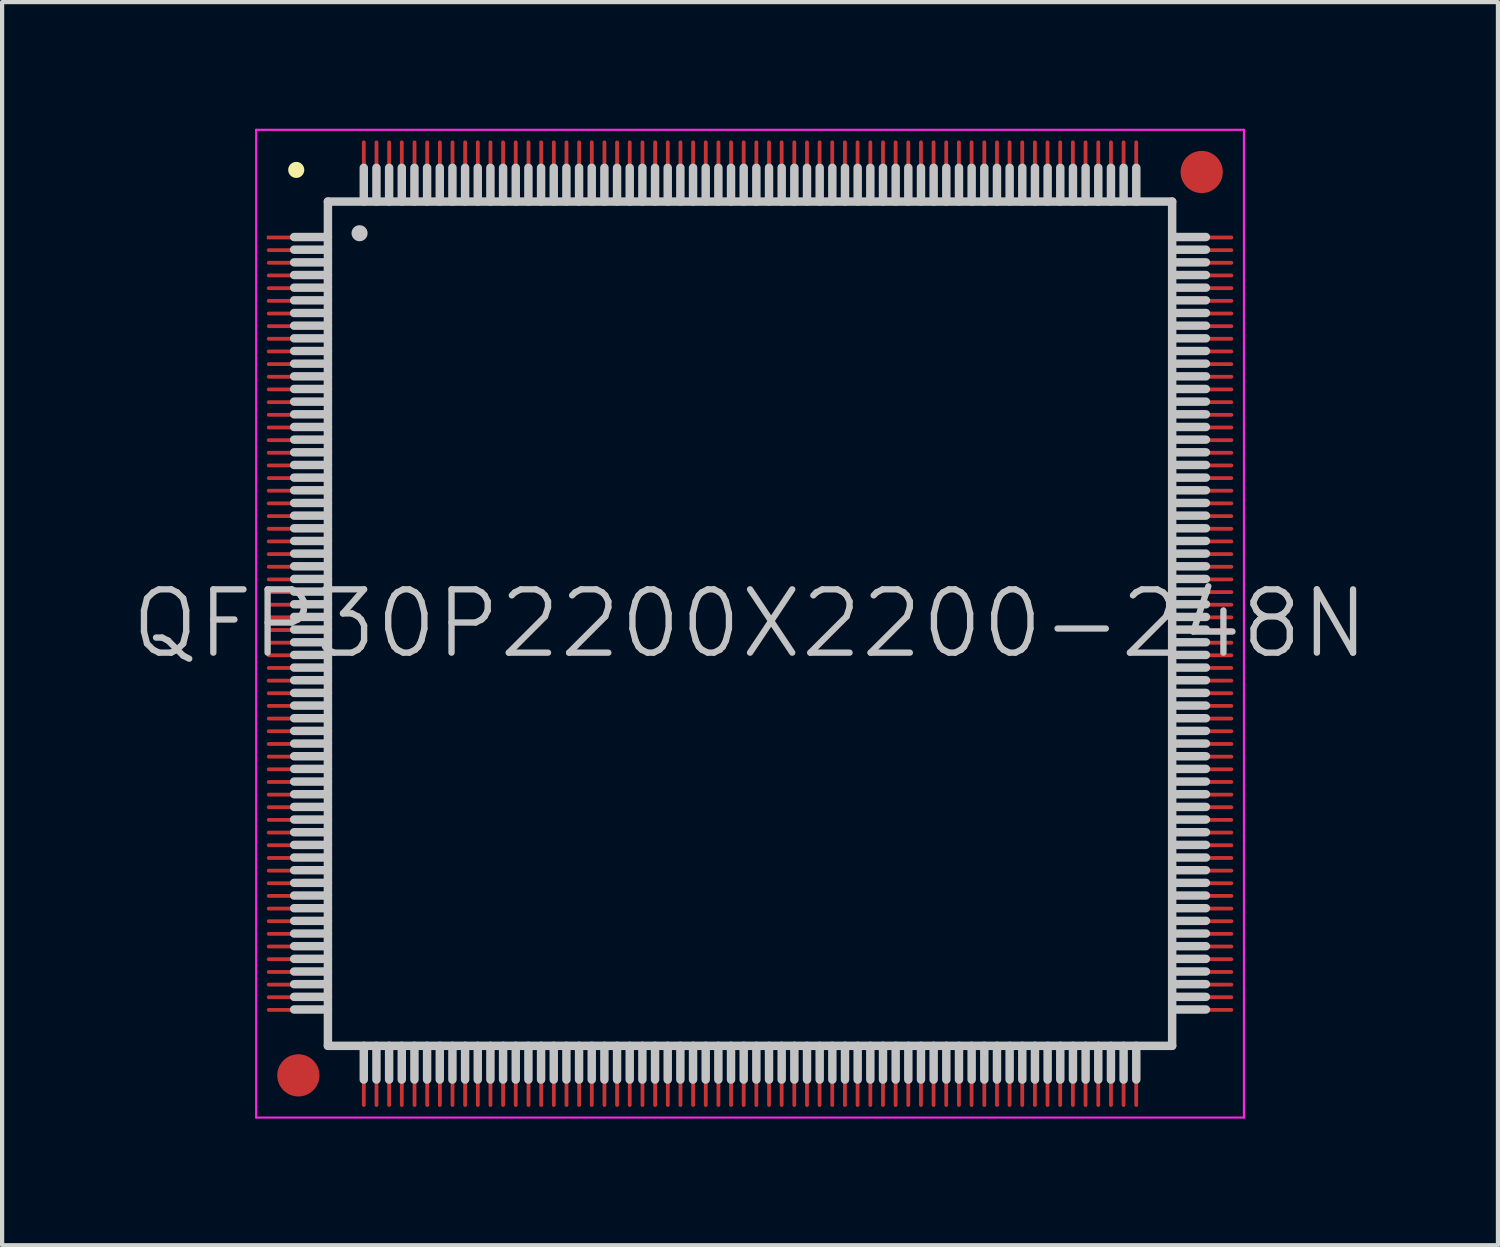
<source format=kicad_pcb>
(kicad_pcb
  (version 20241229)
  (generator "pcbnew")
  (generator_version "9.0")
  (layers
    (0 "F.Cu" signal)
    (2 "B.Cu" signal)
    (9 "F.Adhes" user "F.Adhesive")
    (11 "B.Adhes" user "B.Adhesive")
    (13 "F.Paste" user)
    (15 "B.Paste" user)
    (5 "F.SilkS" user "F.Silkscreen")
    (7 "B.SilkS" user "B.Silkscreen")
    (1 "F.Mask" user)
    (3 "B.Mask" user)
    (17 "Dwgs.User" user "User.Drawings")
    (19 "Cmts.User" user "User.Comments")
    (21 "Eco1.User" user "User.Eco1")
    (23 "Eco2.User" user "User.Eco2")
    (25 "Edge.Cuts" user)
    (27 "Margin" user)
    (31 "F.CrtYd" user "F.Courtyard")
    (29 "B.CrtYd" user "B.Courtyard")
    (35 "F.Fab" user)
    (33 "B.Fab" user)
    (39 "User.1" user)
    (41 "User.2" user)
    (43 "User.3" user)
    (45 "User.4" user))
  (footprint "QFP30P2200X2200-248N"
    (layer "F.Cu")
    (at 14.718 11.725)
    (property "Reference" "QFP30P2200X2200-248N" (at 0 0 0) (layer "Dwgs.User") (effects (font (size 1.5 1.5) (thickness 0.15))))
    (attr smd)
    (fp_line (start -10.75 -10.75) (end -10.75 -10.75) (stroke (width 0.381) (type solid)) (layer "F.SilkS"))
    (fp_line (start -10 -10) (end -10 10) (stroke (width 0.2) (type solid)) (layer "Dwgs.User"))
    (fp_line (start -10 -10) (end 10 -10) (stroke (width 0.2) (type solid)) (layer "Dwgs.User"))
    (fp_line (start -10 -9.16) (end -10.8 -9.16) (stroke (width 0.2) (type solid)) (layer "Dwgs.User"))
    (fp_line (start -10 -8.86) (end -10.8 -8.86) (stroke (width 0.2) (type solid)) (layer "Dwgs.User"))
    (fp_line (start -10 -8.56) (end -10.8 -8.56) (stroke (width 0.2) (type solid)) (layer "Dwgs.User"))
    (fp_line (start -10 -8.26) (end -10.8 -8.26) (stroke (width 0.2) (type solid)) (layer "Dwgs.User"))
    (fp_line (start -10 -7.96) (end -10.8 -7.96) (stroke (width 0.2) (type solid)) (layer "Dwgs.User"))
    (fp_line (start -10 -7.66) (end -10.8 -7.66) (stroke (width 0.2) (type solid)) (layer "Dwgs.User"))
    (fp_line (start -10 -7.36) (end -10.8 -7.36) (stroke (width 0.2) (type solid)) (layer "Dwgs.User"))
    (fp_line (start -10 -7.06) (end -10.8 -7.06) (stroke (width 0.2) (type solid)) (layer "Dwgs.User"))
    (fp_line (start -10 -6.76) (end -10.8 -6.76) (stroke (width 0.2) (type solid)) (layer "Dwgs.User"))
    (fp_line (start -10 -6.46) (end -10.8 -6.46) (stroke (width 0.2) (type solid)) (layer "Dwgs.User"))
    (fp_line (start -10 -6.16) (end -10.8 -6.16) (stroke (width 0.2) (type solid)) (layer "Dwgs.User"))
    (fp_line (start -10 -5.86) (end -10.8 -5.86) (stroke (width 0.2) (type solid)) (layer "Dwgs.User"))
    (fp_line (start -10 -5.56) (end -10.8 -5.56) (stroke (width 0.2) (type solid)) (layer "Dwgs.User"))
    (fp_line (start -10 -5.26) (end -10.8 -5.26) (stroke (width 0.2) (type solid)) (layer "Dwgs.User"))
    (fp_line (start -10 -4.96) (end -10.8 -4.96) (stroke (width 0.2) (type solid)) (layer "Dwgs.User"))
    (fp_line (start -10 -4.66) (end -10.8 -4.66) (stroke (width 0.2) (type solid)) (layer "Dwgs.User"))
    (fp_line (start -10 -4.36) (end -10.8 -4.36) (stroke (width 0.2) (type solid)) (layer "Dwgs.User"))
    (fp_line (start -10 -4.06) (end -10.8 -4.06) (stroke (width 0.2) (type solid)) (layer "Dwgs.User"))
    (fp_line (start -10 -3.76) (end -10.8 -3.76) (stroke (width 0.2) (type solid)) (layer "Dwgs.User"))
    (fp_line (start -10 -3.46) (end -10.8 -3.46) (stroke (width 0.2) (type solid)) (layer "Dwgs.User"))
    (fp_line (start -10 -3.16) (end -10.8 -3.16) (stroke (width 0.2) (type solid)) (layer "Dwgs.User"))
    (fp_line (start -10 -2.86) (end -10.8 -2.86) (stroke (width 0.2) (type solid)) (layer "Dwgs.User"))
    (fp_line (start -10 -2.56) (end -10.8 -2.56) (stroke (width 0.2) (type solid)) (layer "Dwgs.User"))
    (fp_line (start -10 -2.26) (end -10.8 -2.26) (stroke (width 0.2) (type solid)) (layer "Dwgs.User"))
    (fp_line (start -10 -1.96) (end -10.8 -1.96) (stroke (width 0.2) (type solid)) (layer "Dwgs.User"))
    (fp_line (start -10 -1.66) (end -10.8 -1.66) (stroke (width 0.2) (type solid)) (layer "Dwgs.User"))
    (fp_line (start -10 -1.36) (end -10.8 -1.36) (stroke (width 0.2) (type solid)) (layer "Dwgs.User"))
    (fp_line (start -10 -1.06) (end -10.8 -1.06) (stroke (width 0.2) (type solid)) (layer "Dwgs.User"))
    (fp_line (start -10 -0.76) (end -10.8 -0.76) (stroke (width 0.2) (type solid)) (layer "Dwgs.User"))
    (fp_line (start -10 -0.46) (end -10.8 -0.46) (stroke (width 0.2) (type solid)) (layer "Dwgs.User"))
    (fp_line (start -10 -0.16) (end -10.8 -0.16) (stroke (width 0.2) (type solid)) (layer "Dwgs.User"))
    (fp_line (start -10 0.14) (end -10.8 0.14) (stroke (width 0.2) (type solid)) (layer "Dwgs.User"))
    (fp_line (start -10 0.44) (end -10.8 0.44) (stroke (width 0.2) (type solid)) (layer "Dwgs.User"))
    (fp_line (start -10 0.74) (end -10.8 0.74) (stroke (width 0.2) (type solid)) (layer "Dwgs.User"))
    (fp_line (start -10 1.04) (end -10.8 1.04) (stroke (width 0.2) (type solid)) (layer "Dwgs.User"))
    (fp_line (start -10 1.34) (end -10.8 1.34) (stroke (width 0.2) (type solid)) (layer "Dwgs.User"))
    (fp_line (start -10 1.64) (end -10.8 1.64) (stroke (width 0.2) (type solid)) (layer "Dwgs.User"))
    (fp_line (start -10 1.94) (end -10.8 1.94) (stroke (width 0.2) (type solid)) (layer "Dwgs.User"))
    (fp_line (start -10 2.24) (end -10.8 2.24) (stroke (width 0.2) (type solid)) (layer "Dwgs.User"))
    (fp_line (start -10 2.54) (end -10.8 2.54) (stroke (width 0.2) (type solid)) (layer "Dwgs.User"))
    (fp_line (start -10 2.84) (end -10.8 2.84) (stroke (width 0.2) (type solid)) (layer "Dwgs.User"))
    (fp_line (start -10 3.14) (end -10.8 3.14) (stroke (width 0.2) (type solid)) (layer "Dwgs.User"))
    (fp_line (start -10 3.44) (end -10.8 3.44) (stroke (width 0.2) (type solid)) (layer "Dwgs.User"))
    (fp_line (start -10 3.74) (end -10.8 3.74) (stroke (width 0.2) (type solid)) (layer "Dwgs.User"))
    (fp_line (start -10 4.04) (end -10.8 4.04) (stroke (width 0.2) (type solid)) (layer "Dwgs.User"))
    (fp_line (start -10 4.34) (end -10.8 4.34) (stroke (width 0.2) (type solid)) (layer "Dwgs.User"))
    (fp_line (start -10 4.64) (end -10.8 4.64) (stroke (width 0.2) (type solid)) (layer "Dwgs.User"))
    (fp_line (start -10 4.94) (end -10.8 4.94) (stroke (width 0.2) (type solid)) (layer "Dwgs.User"))
    (fp_line (start -10 5.24) (end -10.8 5.24) (stroke (width 0.2) (type solid)) (layer "Dwgs.User"))
    (fp_line (start -10 5.54) (end -10.8 5.54) (stroke (width 0.2) (type solid)) (layer "Dwgs.User"))
    (fp_line (start -10 5.84) (end -10.8 5.84) (stroke (width 0.2) (type solid)) (layer "Dwgs.User"))
    (fp_line (start -10 6.14) (end -10.8 6.14) (stroke (width 0.2) (type solid)) (layer "Dwgs.User"))
    (fp_line (start -10 6.44) (end -10.8 6.44) (stroke (width 0.2) (type solid)) (layer "Dwgs.User"))
    (fp_line (start -10 6.74) (end -10.8 6.74) (stroke (width 0.2) (type solid)) (layer "Dwgs.User"))
    (fp_line (start -10 7.04) (end -10.8 7.04) (stroke (width 0.2) (type solid)) (layer "Dwgs.User"))
    (fp_line (start -10 7.34) (end -10.8 7.34) (stroke (width 0.2) (type solid)) (layer "Dwgs.User"))
    (fp_line (start -10 7.64) (end -10.8 7.64) (stroke (width 0.2) (type solid)) (layer "Dwgs.User"))
    (fp_line (start -10 7.94) (end -10.8 7.94) (stroke (width 0.2) (type solid)) (layer "Dwgs.User"))
    (fp_line (start -10 8.24) (end -10.8 8.24) (stroke (width 0.2) (type solid)) (layer "Dwgs.User"))
    (fp_line (start -10 8.54) (end -10.8 8.54) (stroke (width 0.2) (type solid)) (layer "Dwgs.User"))
    (fp_line (start -10 8.84) (end -10.8 8.84) (stroke (width 0.2) (type solid)) (layer "Dwgs.User"))
    (fp_line (start -10 9.14) (end -10.8 9.14) (stroke (width 0.2) (type solid)) (layer "Dwgs.User"))
    (fp_line (start -10 10) (end 10 10) (stroke (width 0.2) (type solid)) (layer "Dwgs.User"))
    (fp_line (start -9.25 -9.25) (end -9.25 -9.25) (stroke (width 0.381) (type solid)) (layer "Dwgs.User"))
    (fp_line (start -9.15 -10) (end -9.15 -10.8) (stroke (width 0.2) (type solid)) (layer "Dwgs.User"))
    (fp_line (start -9.15 10.8) (end -9.15 10) (stroke (width 0.2) (type solid)) (layer "Dwgs.User"))
    (fp_line (start -8.85 -10) (end -8.85 -10.8) (stroke (width 0.2) (type solid)) (layer "Dwgs.User"))
    (fp_line (start -8.85 10.8) (end -8.85 10) (stroke (width 0.2) (type solid)) (layer "Dwgs.User"))
    (fp_line (start -8.55 -10) (end -8.55 -10.8) (stroke (width 0.2) (type solid)) (layer "Dwgs.User"))
    (fp_line (start -8.55 10.8) (end -8.55 10) (stroke (width 0.2) (type solid)) (layer "Dwgs.User"))
    (fp_line (start -8.25 -10) (end -8.25 -10.8) (stroke (width 0.2) (type solid)) (layer "Dwgs.User"))
    (fp_line (start -8.25 10.8) (end -8.25 10) (stroke (width 0.2) (type solid)) (layer "Dwgs.User"))
    (fp_line (start -7.95 -10) (end -7.95 -10.8) (stroke (width 0.2) (type solid)) (layer "Dwgs.User"))
    (fp_line (start -7.95 10.8) (end -7.95 10) (stroke (width 0.2) (type solid)) (layer "Dwgs.User"))
    (fp_line (start -7.65 -10) (end -7.65 -10.8) (stroke (width 0.2) (type solid)) (layer "Dwgs.User"))
    (fp_line (start -7.65 10.8) (end -7.65 10) (stroke (width 0.2) (type solid)) (layer "Dwgs.User"))
    (fp_line (start -7.35 -10) (end -7.35 -10.8) (stroke (width 0.2) (type solid)) (layer "Dwgs.User"))
    (fp_line (start -7.35 10.8) (end -7.35 10) (stroke (width 0.2) (type solid)) (layer "Dwgs.User"))
    (fp_line (start -7.05 -10) (end -7.05 -10.8) (stroke (width 0.2) (type solid)) (layer "Dwgs.User"))
    (fp_line (start -7.05 10.8) (end -7.05 10) (stroke (width 0.2) (type solid)) (layer "Dwgs.User"))
    (fp_line (start -6.75 -10) (end -6.75 -10.8) (stroke (width 0.2) (type solid)) (layer "Dwgs.User"))
    (fp_line (start -6.75 10.8) (end -6.75 10) (stroke (width 0.2) (type solid)) (layer "Dwgs.User"))
    (fp_line (start -6.45 -10) (end -6.45 -10.8) (stroke (width 0.2) (type solid)) (layer "Dwgs.User"))
    (fp_line (start -6.45 10.8) (end -6.45 10) (stroke (width 0.2) (type solid)) (layer "Dwgs.User"))
    (fp_line (start -6.15 -10) (end -6.15 -10.8) (stroke (width 0.2) (type solid)) (layer "Dwgs.User"))
    (fp_line (start -6.15 10.8) (end -6.15 10) (stroke (width 0.2) (type solid)) (layer "Dwgs.User"))
    (fp_line (start -5.85 -10) (end -5.85 -10.8) (stroke (width 0.2) (type solid)) (layer "Dwgs.User"))
    (fp_line (start -5.85 10.8) (end -5.85 10) (stroke (width 0.2) (type solid)) (layer "Dwgs.User"))
    (fp_line (start -5.55 -10) (end -5.55 -10.8) (stroke (width 0.2) (type solid)) (layer "Dwgs.User"))
    (fp_line (start -5.55 10.8) (end -5.55 10) (stroke (width 0.2) (type solid)) (layer "Dwgs.User"))
    (fp_line (start -5.25 -10) (end -5.25 -10.8) (stroke (width 0.2) (type solid)) (layer "Dwgs.User"))
    (fp_line (start -5.25 10.8) (end -5.25 10) (stroke (width 0.2) (type solid)) (layer "Dwgs.User"))
    (fp_line (start -4.95 -10) (end -4.95 -10.8) (stroke (width 0.2) (type solid)) (layer "Dwgs.User"))
    (fp_line (start -4.95 10.8) (end -4.95 10) (stroke (width 0.2) (type solid)) (layer "Dwgs.User"))
    (fp_line (start -4.65 -10) (end -4.65 -10.8) (stroke (width 0.2) (type solid)) (layer "Dwgs.User"))
    (fp_line (start -4.65 10.8) (end -4.65 10) (stroke (width 0.2) (type solid)) (layer "Dwgs.User"))
    (fp_line (start -4.35 -10) (end -4.35 -10.8) (stroke (width 0.2) (type solid)) (layer "Dwgs.User"))
    (fp_line (start -4.35 10.8) (end -4.35 10) (stroke (width 0.2) (type solid)) (layer "Dwgs.User"))
    (fp_line (start -4.05 -10) (end -4.05 -10.8) (stroke (width 0.2) (type solid)) (layer "Dwgs.User"))
    (fp_line (start -4.05 10.8) (end -4.05 10) (stroke (width 0.2) (type solid)) (layer "Dwgs.User"))
    (fp_line (start -3.75 -10) (end -3.75 -10.8) (stroke (width 0.2) (type solid)) (layer "Dwgs.User"))
    (fp_line (start -3.75 10.8) (end -3.75 10) (stroke (width 0.2) (type solid)) (layer "Dwgs.User"))
    (fp_line (start -3.45 -10) (end -3.45 -10.8) (stroke (width 0.2) (type solid)) (layer "Dwgs.User"))
    (fp_line (start -3.45 10.8) (end -3.45 10) (stroke (width 0.2) (type solid)) (layer "Dwgs.User"))
    (fp_line (start -3.15 -10) (end -3.15 -10.8) (stroke (width 0.2) (type solid)) (layer "Dwgs.User"))
    (fp_line (start -3.15 10.8) (end -3.15 10) (stroke (width 0.2) (type solid)) (layer "Dwgs.User"))
    (fp_line (start -2.85 -10) (end -2.85 -10.8) (stroke (width 0.2) (type solid)) (layer "Dwgs.User"))
    (fp_line (start -2.85 10.8) (end -2.85 10) (stroke (width 0.2) (type solid)) (layer "Dwgs.User"))
    (fp_line (start -2.55 -10) (end -2.55 -10.8) (stroke (width 0.2) (type solid)) (layer "Dwgs.User"))
    (fp_line (start -2.55 10.8) (end -2.55 10) (stroke (width 0.2) (type solid)) (layer "Dwgs.User"))
    (fp_line (start -2.25 -10) (end -2.25 -10.8) (stroke (width 0.2) (type solid)) (layer "Dwgs.User"))
    (fp_line (start -2.25 10.8) (end -2.25 10) (stroke (width 0.2) (type solid)) (layer "Dwgs.User"))
    (fp_line (start -1.95 -10) (end -1.95 -10.8) (stroke (width 0.2) (type solid)) (layer "Dwgs.User"))
    (fp_line (start -1.95 10.8) (end -1.95 10) (stroke (width 0.2) (type solid)) (layer "Dwgs.User"))
    (fp_line (start -1.65 -10) (end -1.65 -10.8) (stroke (width 0.2) (type solid)) (layer "Dwgs.User"))
    (fp_line (start -1.65 10.8) (end -1.65 10) (stroke (width 0.2) (type solid)) (layer "Dwgs.User"))
    (fp_line (start -1.35 -10) (end -1.35 -10.8) (stroke (width 0.2) (type solid)) (layer "Dwgs.User"))
    (fp_line (start -1.35 10.8) (end -1.35 10) (stroke (width 0.2) (type solid)) (layer "Dwgs.User"))
    (fp_line (start -1.05 -10) (end -1.05 -10.8) (stroke (width 0.2) (type solid)) (layer "Dwgs.User"))
    (fp_line (start -1.05 10.8) (end -1.05 10) (stroke (width 0.2) (type solid)) (layer "Dwgs.User"))
    (fp_line (start -0.75 -10) (end -0.75 -10.8) (stroke (width 0.2) (type solid)) (layer "Dwgs.User"))
    (fp_line (start -0.75 10.8) (end -0.75 10) (stroke (width 0.2) (type solid)) (layer "Dwgs.User"))
    (fp_line (start -0.45 -10) (end -0.45 -10.8) (stroke (width 0.2) (type solid)) (layer "Dwgs.User"))
    (fp_line (start -0.45 10.8) (end -0.45 10) (stroke (width 0.2) (type solid)) (layer "Dwgs.User"))
    (fp_line (start -0.15 -10) (end -0.15 -10.8) (stroke (width 0.2) (type solid)) (layer "Dwgs.User"))
    (fp_line (start -0.15 10.8) (end -0.15 10) (stroke (width 0.2) (type solid)) (layer "Dwgs.User"))
    (fp_line (start 0.15 -10) (end 0.15 -10.8) (stroke (width 0.2) (type solid)) (layer "Dwgs.User"))
    (fp_line (start 0.15 10.8) (end 0.15 10) (stroke (width 0.2) (type solid)) (layer "Dwgs.User"))
    (fp_line (start 0.45 -10) (end 0.45 -10.8) (stroke (width 0.2) (type solid)) (layer "Dwgs.User"))
    (fp_line (start 0.45 10.8) (end 0.45 10) (stroke (width 0.2) (type solid)) (layer "Dwgs.User"))
    (fp_line (start 0.75 -10) (end 0.75 -10.8) (stroke (width 0.2) (type solid)) (layer "Dwgs.User"))
    (fp_line (start 0.75 10.8) (end 0.75 10) (stroke (width 0.2) (type solid)) (layer "Dwgs.User"))
    (fp_line (start 1.05 -10) (end 1.05 -10.8) (stroke (width 0.2) (type solid)) (layer "Dwgs.User"))
    (fp_line (start 1.05 10.8) (end 1.05 10) (stroke (width 0.2) (type solid)) (layer "Dwgs.User"))
    (fp_line (start 1.35 -10) (end 1.35 -10.8) (stroke (width 0.2) (type solid)) (layer "Dwgs.User"))
    (fp_line (start 1.35 10.8) (end 1.35 10) (stroke (width 0.2) (type solid)) (layer "Dwgs.User"))
    (fp_line (start 1.65 -10) (end 1.65 -10.8) (stroke (width 0.2) (type solid)) (layer "Dwgs.User"))
    (fp_line (start 1.65 10.8) (end 1.65 10) (stroke (width 0.2) (type solid)) (layer "Dwgs.User"))
    (fp_line (start 1.95 -10) (end 1.95 -10.8) (stroke (width 0.2) (type solid)) (layer "Dwgs.User"))
    (fp_line (start 1.95 10.8) (end 1.95 10) (stroke (width 0.2) (type solid)) (layer "Dwgs.User"))
    (fp_line (start 2.25 -10) (end 2.25 -10.8) (stroke (width 0.2) (type solid)) (layer "Dwgs.User"))
    (fp_line (start 2.25 10.8) (end 2.25 10) (stroke (width 0.2) (type solid)) (layer "Dwgs.User"))
    (fp_line (start 2.55 -10) (end 2.55 -10.8) (stroke (width 0.2) (type solid)) (layer "Dwgs.User"))
    (fp_line (start 2.55 10.8) (end 2.55 10) (stroke (width 0.2) (type solid)) (layer "Dwgs.User"))
    (fp_line (start 2.85 -10) (end 2.85 -10.8) (stroke (width 0.2) (type solid)) (layer "Dwgs.User"))
    (fp_line (start 2.85 10.8) (end 2.85 10) (stroke (width 0.2) (type solid)) (layer "Dwgs.User"))
    (fp_line (start 3.15 -10) (end 3.15 -10.8) (stroke (width 0.2) (type solid)) (layer "Dwgs.User"))
    (fp_line (start 3.15 10.8) (end 3.15 10) (stroke (width 0.2) (type solid)) (layer "Dwgs.User"))
    (fp_line (start 3.45 -10) (end 3.45 -10.8) (stroke (width 0.2) (type solid)) (layer "Dwgs.User"))
    (fp_line (start 3.45 10.8) (end 3.45 10) (stroke (width 0.2) (type solid)) (layer "Dwgs.User"))
    (fp_line (start 3.75 -10) (end 3.75 -10.8) (stroke (width 0.2) (type solid)) (layer "Dwgs.User"))
    (fp_line (start 3.75 10.8) (end 3.75 10) (stroke (width 0.2) (type solid)) (layer "Dwgs.User"))
    (fp_line (start 4.05 -10) (end 4.05 -10.8) (stroke (width 0.2) (type solid)) (layer "Dwgs.User"))
    (fp_line (start 4.05 10.8) (end 4.05 10) (stroke (width 0.2) (type solid)) (layer "Dwgs.User"))
    (fp_line (start 4.35 -10) (end 4.35 -10.8) (stroke (width 0.2) (type solid)) (layer "Dwgs.User"))
    (fp_line (start 4.35 10.8) (end 4.35 10) (stroke (width 0.2) (type solid)) (layer "Dwgs.User"))
    (fp_line (start 4.65 -10) (end 4.65 -10.8) (stroke (width 0.2) (type solid)) (layer "Dwgs.User"))
    (fp_line (start 4.65 10.8) (end 4.65 10) (stroke (width 0.2) (type solid)) (layer "Dwgs.User"))
    (fp_line (start 4.95 -10) (end 4.95 -10.8) (stroke (width 0.2) (type solid)) (layer "Dwgs.User"))
    (fp_line (start 4.95 10.8) (end 4.95 10) (stroke (width 0.2) (type solid)) (layer "Dwgs.User"))
    (fp_line (start 5.25 -10) (end 5.25 -10.8) (stroke (width 0.2) (type solid)) (layer "Dwgs.User"))
    (fp_line (start 5.25 10.8) (end 5.25 10) (stroke (width 0.2) (type solid)) (layer "Dwgs.User"))
    (fp_line (start 5.55 -10) (end 5.55 -10.8) (stroke (width 0.2) (type solid)) (layer "Dwgs.User"))
    (fp_line (start 5.55 10.8) (end 5.55 10) (stroke (width 0.2) (type solid)) (layer "Dwgs.User"))
    (fp_line (start 5.85 -10) (end 5.85 -10.8) (stroke (width 0.2) (type solid)) (layer "Dwgs.User"))
    (fp_line (start 5.85 10.8) (end 5.85 10) (stroke (width 0.2) (type solid)) (layer "Dwgs.User"))
    (fp_line (start 6.15 -10) (end 6.15 -10.8) (stroke (width 0.2) (type solid)) (layer "Dwgs.User"))
    (fp_line (start 6.15 10.8) (end 6.15 10) (stroke (width 0.2) (type solid)) (layer "Dwgs.User"))
    (fp_line (start 6.45 -10) (end 6.45 -10.8) (stroke (width 0.2) (type solid)) (layer "Dwgs.User"))
    (fp_line (start 6.45 10.8) (end 6.45 10) (stroke (width 0.2) (type solid)) (layer "Dwgs.User"))
    (fp_line (start 6.75 -10) (end 6.75 -10.8) (stroke (width 0.2) (type solid)) (layer "Dwgs.User"))
    (fp_line (start 6.75 10.8) (end 6.75 10) (stroke (width 0.2) (type solid)) (layer "Dwgs.User"))
    (fp_line (start 7.05 -10) (end 7.05 -10.8) (stroke (width 0.2) (type solid)) (layer "Dwgs.User"))
    (fp_line (start 7.05 10.8) (end 7.05 10) (stroke (width 0.2) (type solid)) (layer "Dwgs.User"))
    (fp_line (start 7.35 -10) (end 7.35 -10.8) (stroke (width 0.2) (type solid)) (layer "Dwgs.User"))
    (fp_line (start 7.35 10.8) (end 7.35 10) (stroke (width 0.2) (type solid)) (layer "Dwgs.User"))
    (fp_line (start 7.65 -10) (end 7.65 -10.8) (stroke (width 0.2) (type solid)) (layer "Dwgs.User"))
    (fp_line (start 7.65 10.8) (end 7.65 10) (stroke (width 0.2) (type solid)) (layer "Dwgs.User"))
    (fp_line (start 7.95 -10) (end 7.95 -10.8) (stroke (width 0.2) (type solid)) (layer "Dwgs.User"))
    (fp_line (start 7.95 10.8) (end 7.95 10) (stroke (width 0.2) (type solid)) (layer "Dwgs.User"))
    (fp_line (start 8.25 -10) (end 8.25 -10.8) (stroke (width 0.2) (type solid)) (layer "Dwgs.User"))
    (fp_line (start 8.25 10.8) (end 8.25 10) (stroke (width 0.2) (type solid)) (layer "Dwgs.User"))
    (fp_line (start 8.55 -10) (end 8.55 -10.8) (stroke (width 0.2) (type solid)) (layer "Dwgs.User"))
    (fp_line (start 8.55 10.8) (end 8.55 10) (stroke (width 0.2) (type solid)) (layer "Dwgs.User"))
    (fp_line (start 8.85 -10) (end 8.85 -10.8) (stroke (width 0.2) (type solid)) (layer "Dwgs.User"))
    (fp_line (start 8.85 10.8) (end 8.85 10) (stroke (width 0.2) (type solid)) (layer "Dwgs.User"))
    (fp_line (start 9.15 -10) (end 9.15 -10.8) (stroke (width 0.2) (type solid)) (layer "Dwgs.User"))
    (fp_line (start 9.15 10.8) (end 9.15 10) (stroke (width 0.2) (type solid)) (layer "Dwgs.User"))
    (fp_line (start 10 -10) (end 10 10) (stroke (width 0.2) (type solid)) (layer "Dwgs.User"))
    (fp_line (start 10.8 -9.16) (end 10 -9.16) (stroke (width 0.2) (type solid)) (layer "Dwgs.User"))
    (fp_line (start 10.8 -8.86) (end 10 -8.86) (stroke (width 0.2) (type solid)) (layer "Dwgs.User"))
    (fp_line (start 10.8 -8.56) (end 10 -8.56) (stroke (width 0.2) (type solid)) (layer "Dwgs.User"))
    (fp_line (start 10.8 -8.26) (end 10 -8.26) (stroke (width 0.2) (type solid)) (layer "Dwgs.User"))
    (fp_line (start 10.8 -7.96) (end 10 -7.96) (stroke (width 0.2) (type solid)) (layer "Dwgs.User"))
    (fp_line (start 10.8 -7.66) (end 10 -7.66) (stroke (width 0.2) (type solid)) (layer "Dwgs.User"))
    (fp_line (start 10.8 -7.36) (end 10 -7.36) (stroke (width 0.2) (type solid)) (layer "Dwgs.User"))
    (fp_line (start 10.8 -7.06) (end 10 -7.06) (stroke (width 0.2) (type solid)) (layer "Dwgs.User"))
    (fp_line (start 10.8 -6.76) (end 10 -6.76) (stroke (width 0.2) (type solid)) (layer "Dwgs.User"))
    (fp_line (start 10.8 -6.46) (end 10 -6.46) (stroke (width 0.2) (type solid)) (layer "Dwgs.User"))
    (fp_line (start 10.8 -6.16) (end 10 -6.16) (stroke (width 0.2) (type solid)) (layer "Dwgs.User"))
    (fp_line (start 10.8 -5.86) (end 10 -5.86) (stroke (width 0.2) (type solid)) (layer "Dwgs.User"))
    (fp_line (start 10.8 -5.56) (end 10 -5.56) (stroke (width 0.2) (type solid)) (layer "Dwgs.User"))
    (fp_line (start 10.8 -5.26) (end 10 -5.26) (stroke (width 0.2) (type solid)) (layer "Dwgs.User"))
    (fp_line (start 10.8 -4.96) (end 10 -4.96) (stroke (width 0.2) (type solid)) (layer "Dwgs.User"))
    (fp_line (start 10.8 -4.66) (end 10 -4.66) (stroke (width 0.2) (type solid)) (layer "Dwgs.User"))
    (fp_line (start 10.8 -4.36) (end 10 -4.36) (stroke (width 0.2) (type solid)) (layer "Dwgs.User"))
    (fp_line (start 10.8 -4.06) (end 10 -4.06) (stroke (width 0.2) (type solid)) (layer "Dwgs.User"))
    (fp_line (start 10.8 -3.76) (end 10 -3.76) (stroke (width 0.2) (type solid)) (layer "Dwgs.User"))
    (fp_line (start 10.8 -3.46) (end 10 -3.46) (stroke (width 0.2) (type solid)) (layer "Dwgs.User"))
    (fp_line (start 10.8 -3.16) (end 10 -3.16) (stroke (width 0.2) (type solid)) (layer "Dwgs.User"))
    (fp_line (start 10.8 -2.86) (end 10 -2.86) (stroke (width 0.2) (type solid)) (layer "Dwgs.User"))
    (fp_line (start 10.8 -2.56) (end 10 -2.56) (stroke (width 0.2) (type solid)) (layer "Dwgs.User"))
    (fp_line (start 10.8 -2.26) (end 10 -2.26) (stroke (width 0.2) (type solid)) (layer "Dwgs.User"))
    (fp_line (start 10.8 -1.96) (end 10 -1.96) (stroke (width 0.2) (type solid)) (layer "Dwgs.User"))
    (fp_line (start 10.8 -1.66) (end 10 -1.66) (stroke (width 0.2) (type solid)) (layer "Dwgs.User"))
    (fp_line (start 10.8 -1.36) (end 10 -1.36) (stroke (width 0.2) (type solid)) (layer "Dwgs.User"))
    (fp_line (start 10.8 -1.06) (end 10 -1.06) (stroke (width 0.2) (type solid)) (layer "Dwgs.User"))
    (fp_line (start 10.8 -0.76) (end 10 -0.76) (stroke (width 0.2) (type solid)) (layer "Dwgs.User"))
    (fp_line (start 10.8 -0.46) (end 10 -0.46) (stroke (width 0.2) (type solid)) (layer "Dwgs.User"))
    (fp_line (start 10.8 -0.16) (end 10 -0.16) (stroke (width 0.2) (type solid)) (layer "Dwgs.User"))
    (fp_line (start 10.8 0.14) (end 10 0.14) (stroke (width 0.2) (type solid)) (layer "Dwgs.User"))
    (fp_line (start 10.8 0.44) (end 10 0.44) (stroke (width 0.2) (type solid)) (layer "Dwgs.User"))
    (fp_line (start 10.8 0.74) (end 10 0.74) (stroke (width 0.2) (type solid)) (layer "Dwgs.User"))
    (fp_line (start 10.8 1.04) (end 10 1.04) (stroke (width 0.2) (type solid)) (layer "Dwgs.User"))
    (fp_line (start 10.8 1.34) (end 10 1.34) (stroke (width 0.2) (type solid)) (layer "Dwgs.User"))
    (fp_line (start 10.8 1.64) (end 10 1.64) (stroke (width 0.2) (type solid)) (layer "Dwgs.User"))
    (fp_line (start 10.8 1.94) (end 10 1.94) (stroke (width 0.2) (type solid)) (layer "Dwgs.User"))
    (fp_line (start 10.8 2.24) (end 10 2.24) (stroke (width 0.2) (type solid)) (layer "Dwgs.User"))
    (fp_line (start 10.8 2.54) (end 10 2.54) (stroke (width 0.2) (type solid)) (layer "Dwgs.User"))
    (fp_line (start 10.8 2.84) (end 10 2.84) (stroke (width 0.2) (type solid)) (layer "Dwgs.User"))
    (fp_line (start 10.8 3.14) (end 10 3.14) (stroke (width 0.2) (type solid)) (layer "Dwgs.User"))
    (fp_line (start 10.8 3.44) (end 10 3.44) (stroke (width 0.2) (type solid)) (layer "Dwgs.User"))
    (fp_line (start 10.8 3.74) (end 10 3.74) (stroke (width 0.2) (type solid)) (layer "Dwgs.User"))
    (fp_line (start 10.8 4.04) (end 10 4.04) (stroke (width 0.2) (type solid)) (layer "Dwgs.User"))
    (fp_line (start 10.8 4.34) (end 10 4.34) (stroke (width 0.2) (type solid)) (layer "Dwgs.User"))
    (fp_line (start 10.8 4.64) (end 10 4.64) (stroke (width 0.2) (type solid)) (layer "Dwgs.User"))
    (fp_line (start 10.8 4.94) (end 10 4.94) (stroke (width 0.2) (type solid)) (layer "Dwgs.User"))
    (fp_line (start 10.8 5.24) (end 10 5.24) (stroke (width 0.2) (type solid)) (layer "Dwgs.User"))
    (fp_line (start 10.8 5.54) (end 10 5.54) (stroke (width 0.2) (type solid)) (layer "Dwgs.User"))
    (fp_line (start 10.8 5.84) (end 10 5.84) (stroke (width 0.2) (type solid)) (layer "Dwgs.User"))
    (fp_line (start 10.8 6.14) (end 10 6.14) (stroke (width 0.2) (type solid)) (layer "Dwgs.User"))
    (fp_line (start 10.8 6.44) (end 10 6.44) (stroke (width 0.2) (type solid)) (layer "Dwgs.User"))
    (fp_line (start 10.8 6.74) (end 10 6.74) (stroke (width 0.2) (type solid)) (layer "Dwgs.User"))
    (fp_line (start 10.8 7.04) (end 10 7.04) (stroke (width 0.2) (type solid)) (layer "Dwgs.User"))
    (fp_line (start 10.8 7.34) (end 10 7.34) (stroke (width 0.2) (type solid)) (layer "Dwgs.User"))
    (fp_line (start 10.8 7.64) (end 10 7.64) (stroke (width 0.2) (type solid)) (layer "Dwgs.User"))
    (fp_line (start 10.8 7.94) (end 10 7.94) (stroke (width 0.2) (type solid)) (layer "Dwgs.User"))
    (fp_line (start 10.8 8.24) (end 10 8.24) (stroke (width 0.2) (type solid)) (layer "Dwgs.User"))
    (fp_line (start 10.8 8.54) (end 10 8.54) (stroke (width 0.2) (type solid)) (layer "Dwgs.User"))
    (fp_line (start 10.8 8.84) (end 10 8.84) (stroke (width 0.2) (type solid)) (layer "Dwgs.User"))
    (fp_line (start 10.8 9.14) (end 10 9.14) (stroke (width 0.2) (type solid)) (layer "Dwgs.User"))
    (fp_line (start -11.7 -11.7) (end -11.7 11.7) (stroke (width 0.05) (type solid)) (layer "F.CrtYd"))
    (fp_line (start -11.7 -11.7) (end 11.7 -11.7) (stroke (width 0.05) (type solid)) (layer "F.CrtYd"))
    (fp_line (start -11.7 11.7) (end 11.7 11.7) (stroke (width 0.05) (type solid)) (layer "F.CrtYd"))
    (fp_line (start 11.7 -11.7) (end 11.7 11.7) (stroke (width 0.05) (type solid)) (layer "F.CrtYd"))
    (pad "" smd circle (at -10.7 10.7) (size 1 1) (layers "F.Cu" "F.Mask"))
    (pad "" smd circle (at 10.7 -10.7) (size 1 1) (layers "F.Cu" "F.Mask"))
    (pad "1" smd rect (at -10.698 -9.149 90) (size 0.09 1.5) (layers "F.Cu" "F.Mask" "F.Paste"))
    (pad "2" smd oval (at -10.698 -8.849 90) (size 0.09 1.5) (layers "F.Cu" "F.Mask" "F.Paste"))
    (pad "3" smd oval (at -10.698 -8.55 90) (size 0.09 1.5) (layers "F.Cu" "F.Mask" "F.Paste"))
    (pad "4" smd oval (at -10.698 -8.25 90) (size 0.09 1.5) (layers "F.Cu" "F.Mask" "F.Paste"))
    (pad "5" smd oval (at -10.698 -7.948 90) (size 0.09 1.5) (layers "F.Cu" "F.Mask" "F.Paste"))
    (pad "6" smd oval (at -10.698 -7.648 90) (size 0.09 1.5) (layers "F.Cu" "F.Mask" "F.Paste"))
    (pad "7" smd oval (at -10.698 -7.348 90) (size 0.09 1.5) (layers "F.Cu" "F.Mask" "F.Paste"))
    (pad "8" smd oval (at -10.698 -7.048 90) (size 0.09 1.5) (layers "F.Cu" "F.Mask" "F.Paste"))
    (pad "9" smd oval (at -10.698 -6.749 90) (size 0.09 1.5) (layers "F.Cu" "F.Mask" "F.Paste"))
    (pad "10" smd oval (at -10.698 -6.449 90) (size 0.09 1.5) (layers "F.Cu" "F.Mask" "F.Paste"))
    (pad "11" smd oval (at -10.698 -6.149 90) (size 0.09 1.5) (layers "F.Cu" "F.Mask" "F.Paste"))
    (pad "12" smd oval (at -10.698 -5.85 90) (size 0.09 1.5) (layers "F.Cu" "F.Mask" "F.Paste"))
    (pad "13" smd oval (at -10.698 -5.55 90) (size 0.09 1.5) (layers "F.Cu" "F.Mask" "F.Paste"))
    (pad "14" smd oval (at -10.698 -5.248 90) (size 0.09 1.5) (layers "F.Cu" "F.Mask" "F.Paste"))
    (pad "15" smd oval (at -10.698 -4.948 90) (size 0.09 1.5) (layers "F.Cu" "F.Mask" "F.Paste"))
    (pad "16" smd oval (at -10.698 -4.648 90) (size 0.09 1.5) (layers "F.Cu" "F.Mask" "F.Paste"))
    (pad "17" smd oval (at -10.698 -4.348 90) (size 0.09 1.5) (layers "F.Cu" "F.Mask" "F.Paste"))
    (pad "18" smd oval (at -10.698 -4.049 90) (size 0.09 1.5) (layers "F.Cu" "F.Mask" "F.Paste"))
    (pad "19" smd oval (at -10.698 -3.749 90) (size 0.09 1.5) (layers "F.Cu" "F.Mask" "F.Paste"))
    (pad "20" smd oval (at -10.698 -3.449 90) (size 0.09 1.5) (layers "F.Cu" "F.Mask" "F.Paste"))
    (pad "21" smd oval (at -10.698 -3.15 90) (size 0.09 1.5) (layers "F.Cu" "F.Mask" "F.Paste"))
    (pad "22" smd oval (at -10.698 -2.85 90) (size 0.09 1.5) (layers "F.Cu" "F.Mask" "F.Paste"))
    (pad "23" smd oval (at -10.698 -2.548 90) (size 0.09 1.5) (layers "F.Cu" "F.Mask" "F.Paste"))
    (pad "24" smd oval (at -10.698 -2.248 90) (size 0.09 1.5) (layers "F.Cu" "F.Mask" "F.Paste"))
    (pad "25" smd oval (at -10.698 -1.948 90) (size 0.09 1.5) (layers "F.Cu" "F.Mask" "F.Paste"))
    (pad "26" smd oval (at -10.698 -1.648 90) (size 0.09 1.5) (layers "F.Cu" "F.Mask" "F.Paste"))
    (pad "27" smd oval (at -10.698 -1.349 90) (size 0.09 1.5) (layers "F.Cu" "F.Mask" "F.Paste"))
    (pad "28" smd oval (at -10.698 -1.049 90) (size 0.09 1.5) (layers "F.Cu" "F.Mask" "F.Paste"))
    (pad "29" smd oval (at -10.698 -0.749 90) (size 0.09 1.5) (layers "F.Cu" "F.Mask" "F.Paste"))
    (pad "30" smd oval (at -10.698 -0.45 90) (size 0.09 1.5) (layers "F.Cu" "F.Mask" "F.Paste"))
    (pad "31" smd oval (at -10.698 -0.15 90) (size 0.09 1.5) (layers "F.Cu" "F.Mask" "F.Paste"))
    (pad "32" smd oval (at -10.698 0.15 90) (size 0.09 1.5) (layers "F.Cu" "F.Mask" "F.Paste"))
    (pad "33" smd oval (at -10.698 0.45 90) (size 0.09 1.5) (layers "F.Cu" "F.Mask" "F.Paste"))
    (pad "34" smd oval (at -10.698 0.749 90) (size 0.09 1.5) (layers "F.Cu" "F.Mask" "F.Paste"))
    (pad "35" smd oval (at -10.698 1.049 90) (size 0.09 1.5) (layers "F.Cu" "F.Mask" "F.Paste"))
    (pad "36" smd oval (at -10.698 1.349 90) (size 0.09 1.5) (layers "F.Cu" "F.Mask" "F.Paste"))
    (pad "37" smd oval (at -10.698 1.648 90) (size 0.09 1.5) (layers "F.Cu" "F.Mask" "F.Paste"))
    (pad "38" smd oval (at -10.698 1.948 90) (size 0.09 1.5) (layers "F.Cu" "F.Mask" "F.Paste"))
    (pad "39" smd oval (at -10.698 2.248 90) (size 0.09 1.5) (layers "F.Cu" "F.Mask" "F.Paste"))
    (pad "40" smd oval (at -10.698 2.548 90) (size 0.09 1.5) (layers "F.Cu" "F.Mask" "F.Paste"))
    (pad "41" smd oval (at -10.698 2.85 90) (size 0.09 1.5) (layers "F.Cu" "F.Mask" "F.Paste"))
    (pad "42" smd oval (at -10.698 3.15 90) (size 0.09 1.5) (layers "F.Cu" "F.Mask" "F.Paste"))
    (pad "43" smd oval (at -10.698 3.449 90) (size 0.09 1.5) (layers "F.Cu" "F.Mask" "F.Paste"))
    (pad "44" smd oval (at -10.698 3.749 90) (size 0.09 1.5) (layers "F.Cu" "F.Mask" "F.Paste"))
    (pad "45" smd oval (at -10.698 4.049 90) (size 0.09 1.5) (layers "F.Cu" "F.Mask" "F.Paste"))
    (pad "46" smd oval (at -10.698 4.348 90) (size 0.09 1.5) (layers "F.Cu" "F.Mask" "F.Paste"))
    (pad "47" smd oval (at -10.698 4.648 90) (size 0.09 1.5) (layers "F.Cu" "F.Mask" "F.Paste"))
    (pad "48" smd oval (at -10.698 4.948 90) (size 0.09 1.5) (layers "F.Cu" "F.Mask" "F.Paste"))
    (pad "49" smd oval (at -10.698 5.248 90) (size 0.09 1.5) (layers "F.Cu" "F.Mask" "F.Paste"))
    (pad "50" smd oval (at -10.698 5.55 90) (size 0.09 1.5) (layers "F.Cu" "F.Mask" "F.Paste"))
    (pad "51" smd oval (at -10.698 5.85 90) (size 0.09 1.5) (layers "F.Cu" "F.Mask" "F.Paste"))
    (pad "52" smd oval (at -10.698 6.149 90) (size 0.09 1.5) (layers "F.Cu" "F.Mask" "F.Paste"))
    (pad "53" smd oval (at -10.698 6.449 90) (size 0.09 1.5) (layers "F.Cu" "F.Mask" "F.Paste"))
    (pad "54" smd oval (at -10.698 6.749 90) (size 0.09 1.5) (layers "F.Cu" "F.Mask" "F.Paste"))
    (pad "55" smd oval (at -10.698 7.048 90) (size 0.09 1.5) (layers "F.Cu" "F.Mask" "F.Paste"))
    (pad "56" smd oval (at -10.698 7.348 90) (size 0.09 1.5) (layers "F.Cu" "F.Mask" "F.Paste"))
    (pad "57" smd oval (at -10.698 7.648 90) (size 0.09 1.5) (layers "F.Cu" "F.Mask" "F.Paste"))
    (pad "58" smd oval (at -10.698 7.948 90) (size 0.09 1.5) (layers "F.Cu" "F.Mask" "F.Paste"))
    (pad "59" smd oval (at -10.698 8.25 90) (size 0.09 1.5) (layers "F.Cu" "F.Mask" "F.Paste"))
    (pad "60" smd oval (at -10.698 8.55 90) (size 0.09 1.5) (layers "F.Cu" "F.Mask" "F.Paste"))
    (pad "61" smd oval (at -10.698 8.849 90) (size 0.09 1.5) (layers "F.Cu" "F.Mask" "F.Paste"))
    (pad "62" smd oval (at -10.698 9.149 90) (size 0.09 1.5) (layers "F.Cu" "F.Mask" "F.Paste"))
    (pad "63" smd oval (at -9.149 10.698 180) (size 0.09 1.5) (layers "F.Cu" "F.Mask" "F.Paste"))
    (pad "64" smd oval (at -8.849 10.698 180) (size 0.09 1.5) (layers "F.Cu" "F.Mask" "F.Paste"))
    (pad "65" smd oval (at -8.55 10.698 180) (size 0.09 1.5) (layers "F.Cu" "F.Mask" "F.Paste"))
    (pad "66" smd oval (at -8.25 10.698 180) (size 0.09 1.5) (layers "F.Cu" "F.Mask" "F.Paste"))
    (pad "67" smd oval (at -7.948 10.698 180) (size 0.09 1.5) (layers "F.Cu" "F.Mask" "F.Paste"))
    (pad "68" smd oval (at -7.648 10.698 180) (size 0.09 1.5) (layers "F.Cu" "F.Mask" "F.Paste"))
    (pad "69" smd oval (at -7.348 10.698 180) (size 0.09 1.5) (layers "F.Cu" "F.Mask" "F.Paste"))
    (pad "70" smd oval (at -7.048 10.698 180) (size 0.09 1.5) (layers "F.Cu" "F.Mask" "F.Paste"))
    (pad "71" smd oval (at -6.749 10.698 180) (size 0.09 1.5) (layers "F.Cu" "F.Mask" "F.Paste"))
    (pad "72" smd oval (at -6.449 10.698 180) (size 0.09 1.5) (layers "F.Cu" "F.Mask" "F.Paste"))
    (pad "73" smd oval (at -6.149 10.698 180) (size 0.09 1.5) (layers "F.Cu" "F.Mask" "F.Paste"))
    (pad "74" smd oval (at -5.85 10.698 180) (size 0.09 1.5) (layers "F.Cu" "F.Mask" "F.Paste"))
    (pad "75" smd oval (at -5.55 10.698 180) (size 0.09 1.5) (layers "F.Cu" "F.Mask" "F.Paste"))
    (pad "76" smd oval (at -5.248 10.698 180) (size 0.09 1.5) (layers "F.Cu" "F.Mask" "F.Paste"))
    (pad "77" smd oval (at -4.948 10.698 180) (size 0.09 1.5) (layers "F.Cu" "F.Mask" "F.Paste"))
    (pad "78" smd oval (at -4.648 10.698 180) (size 0.09 1.5) (layers "F.Cu" "F.Mask" "F.Paste"))
    (pad "79" smd oval (at -4.348 10.698 180) (size 0.09 1.5) (layers "F.Cu" "F.Mask" "F.Paste"))
    (pad "80" smd oval (at -4.049 10.698 180) (size 0.09 1.5) (layers "F.Cu" "F.Mask" "F.Paste"))
    (pad "81" smd oval (at -3.749 10.698 180) (size 0.09 1.5) (layers "F.Cu" "F.Mask" "F.Paste"))
    (pad "82" smd oval (at -3.449 10.698 180) (size 0.09 1.5) (layers "F.Cu" "F.Mask" "F.Paste"))
    (pad "83" smd oval (at -3.15 10.698 180) (size 0.09 1.5) (layers "F.Cu" "F.Mask" "F.Paste"))
    (pad "84" smd oval (at -2.85 10.698 180) (size 0.09 1.5) (layers "F.Cu" "F.Mask" "F.Paste"))
    (pad "85" smd oval (at -2.548 10.698 180) (size 0.09 1.5) (layers "F.Cu" "F.Mask" "F.Paste"))
    (pad "86" smd oval (at -2.248 10.698 180) (size 0.09 1.5) (layers "F.Cu" "F.Mask" "F.Paste"))
    (pad "87" smd oval (at -1.948 10.698 180) (size 0.09 1.5) (layers "F.Cu" "F.Mask" "F.Paste"))
    (pad "88" smd oval (at -1.648 10.698 180) (size 0.09 1.5) (layers "F.Cu" "F.Mask" "F.Paste"))
    (pad "89" smd oval (at -1.349 10.698 180) (size 0.09 1.5) (layers "F.Cu" "F.Mask" "F.Paste"))
    (pad "90" smd oval (at -1.049 10.698 180) (size 0.09 1.5) (layers "F.Cu" "F.Mask" "F.Paste"))
    (pad "91" smd oval (at -0.749 10.698 180) (size 0.09 1.5) (layers "F.Cu" "F.Mask" "F.Paste"))
    (pad "92" smd oval (at -0.45 10.698 180) (size 0.09 1.5) (layers "F.Cu" "F.Mask" "F.Paste"))
    (pad "93" smd oval (at -0.15 10.698 180) (size 0.09 1.5) (layers "F.Cu" "F.Mask" "F.Paste"))
    (pad "94" smd oval (at 0.15 10.698 180) (size 0.09 1.5) (layers "F.Cu" "F.Mask" "F.Paste"))
    (pad "95" smd oval (at 0.45 10.698 180) (size 0.09 1.5) (layers "F.Cu" "F.Mask" "F.Paste"))
    (pad "96" smd oval (at 0.749 10.698 180) (size 0.09 1.5) (layers "F.Cu" "F.Mask" "F.Paste"))
    (pad "97" smd oval (at 1.049 10.698 180) (size 0.09 1.5) (layers "F.Cu" "F.Mask" "F.Paste"))
    (pad "98" smd oval (at 1.349 10.698 180) (size 0.09 1.5) (layers "F.Cu" "F.Mask" "F.Paste"))
    (pad "99" smd oval (at 1.648 10.698 180) (size 0.09 1.5) (layers "F.Cu" "F.Mask" "F.Paste"))
    (pad "100" smd oval (at 1.948 10.698 180) (size 0.09 1.5) (layers "F.Cu" "F.Mask" "F.Paste"))
    (pad "101" smd oval (at 2.248 10.698 180) (size 0.09 1.5) (layers "F.Cu" "F.Mask" "F.Paste"))
    (pad "102" smd oval (at 2.548 10.698 180) (size 0.09 1.5) (layers "F.Cu" "F.Mask" "F.Paste"))
    (pad "103" smd oval (at 2.85 10.698 180) (size 0.09 1.5) (layers "F.Cu" "F.Mask" "F.Paste"))
    (pad "104" smd oval (at 3.15 10.698 180) (size 0.09 1.5) (layers "F.Cu" "F.Mask" "F.Paste"))
    (pad "105" smd oval (at 3.449 10.698 180) (size 0.09 1.5) (layers "F.Cu" "F.Mask" "F.Paste"))
    (pad "106" smd oval (at 3.749 10.698 180) (size 0.09 1.5) (layers "F.Cu" "F.Mask" "F.Paste"))
    (pad "107" smd oval (at 4.049 10.698 180) (size 0.09 1.5) (layers "F.Cu" "F.Mask" "F.Paste"))
    (pad "108" smd oval (at 4.348 10.698 180) (size 0.09 1.5) (layers "F.Cu" "F.Mask" "F.Paste"))
    (pad "109" smd oval (at 4.648 10.698 180) (size 0.09 1.5) (layers "F.Cu" "F.Mask" "F.Paste"))
    (pad "110" smd oval (at 4.948 10.698 180) (size 0.09 1.5) (layers "F.Cu" "F.Mask" "F.Paste"))
    (pad "111" smd oval (at 5.248 10.698 180) (size 0.09 1.5) (layers "F.Cu" "F.Mask" "F.Paste"))
    (pad "112" smd oval (at 5.55 10.698 180) (size 0.09 1.5) (layers "F.Cu" "F.Mask" "F.Paste"))
    (pad "113" smd oval (at 5.85 10.698 180) (size 0.09 1.5) (layers "F.Cu" "F.Mask" "F.Paste"))
    (pad "114" smd oval (at 6.149 10.698 180) (size 0.09 1.5) (layers "F.Cu" "F.Mask" "F.Paste"))
    (pad "115" smd oval (at 6.449 10.698 180) (size 0.09 1.5) (layers "F.Cu" "F.Mask" "F.Paste"))
    (pad "116" smd oval (at 6.749 10.698 180) (size 0.09 1.5) (layers "F.Cu" "F.Mask" "F.Paste"))
    (pad "117" smd oval (at 7.048 10.698 180) (size 0.09 1.5) (layers "F.Cu" "F.Mask" "F.Paste"))
    (pad "118" smd oval (at 7.348 10.698 180) (size 0.09 1.5) (layers "F.Cu" "F.Mask" "F.Paste"))
    (pad "119" smd oval (at 7.648 10.698 180) (size 0.09 1.5) (layers "F.Cu" "F.Mask" "F.Paste"))
    (pad "120" smd oval (at 7.948 10.698 180) (size 0.09 1.5) (layers "F.Cu" "F.Mask" "F.Paste"))
    (pad "121" smd oval (at 8.25 10.698 180) (size 0.09 1.5) (layers "F.Cu" "F.Mask" "F.Paste"))
    (pad "122" smd oval (at 8.55 10.698 180) (size 0.09 1.5) (layers "F.Cu" "F.Mask" "F.Paste"))
    (pad "123" smd oval (at 8.849 10.698 180) (size 0.09 1.5) (layers "F.Cu" "F.Mask" "F.Paste"))
    (pad "124" smd oval (at 9.149 10.698 180) (size 0.09 1.5) (layers "F.Cu" "F.Mask" "F.Paste"))
    (pad "125" smd oval (at 10.698 9.149 270) (size 0.09 1.5) (layers "F.Cu" "F.Mask" "F.Paste"))
    (pad "126" smd oval (at 10.698 8.849 270) (size 0.09 1.5) (layers "F.Cu" "F.Mask" "F.Paste"))
    (pad "127" smd oval (at 10.698 8.55 270) (size 0.09 1.5) (layers "F.Cu" "F.Mask" "F.Paste"))
    (pad "128" smd oval (at 10.698 8.25 270) (size 0.09 1.5) (layers "F.Cu" "F.Mask" "F.Paste"))
    (pad "129" smd oval (at 10.698 7.948 270) (size 0.09 1.5) (layers "F.Cu" "F.Mask" "F.Paste"))
    (pad "130" smd oval (at 10.698 7.648 270) (size 0.09 1.5) (layers "F.Cu" "F.Mask" "F.Paste"))
    (pad "131" smd oval (at 10.698 7.348 270) (size 0.09 1.5) (layers "F.Cu" "F.Mask" "F.Paste"))
    (pad "132" smd oval (at 10.698 7.048 270) (size 0.09 1.5) (layers "F.Cu" "F.Mask" "F.Paste"))
    (pad "133" smd oval (at 10.698 6.749 270) (size 0.09 1.5) (layers "F.Cu" "F.Mask" "F.Paste"))
    (pad "134" smd oval (at 10.698 6.449 270) (size 0.09 1.5) (layers "F.Cu" "F.Mask" "F.Paste"))
    (pad "135" smd oval (at 10.698 6.149 270) (size 0.09 1.5) (layers "F.Cu" "F.Mask" "F.Paste"))
    (pad "136" smd oval (at 10.698 5.85 270) (size 0.09 1.5) (layers "F.Cu" "F.Mask" "F.Paste"))
    (pad "137" smd oval (at 10.698 5.55 270) (size 0.09 1.5) (layers "F.Cu" "F.Mask" "F.Paste"))
    (pad "138" smd oval (at 10.698 5.248 270) (size 0.09 1.5) (layers "F.Cu" "F.Mask" "F.Paste"))
    (pad "139" smd oval (at 10.698 4.948 270) (size 0.09 1.5) (layers "F.Cu" "F.Mask" "F.Paste"))
    (pad "140" smd oval (at 10.698 4.648 270) (size 0.09 1.5) (layers "F.Cu" "F.Mask" "F.Paste"))
    (pad "141" smd oval (at 10.698 4.348 270) (size 0.09 1.5) (layers "F.Cu" "F.Mask" "F.Paste"))
    (pad "142" smd oval (at 10.698 4.049 270) (size 0.09 1.5) (layers "F.Cu" "F.Mask" "F.Paste"))
    (pad "143" smd oval (at 10.698 3.749 270) (size 0.09 1.5) (layers "F.Cu" "F.Mask" "F.Paste"))
    (pad "144" smd oval (at 10.698 3.449 270) (size 0.09 1.5) (layers "F.Cu" "F.Mask" "F.Paste"))
    (pad "145" smd oval (at 10.698 3.15 270) (size 0.09 1.5) (layers "F.Cu" "F.Mask" "F.Paste"))
    (pad "146" smd oval (at 10.698 2.85 270) (size 0.09 1.5) (layers "F.Cu" "F.Mask" "F.Paste"))
    (pad "147" smd oval (at 10.698 2.548 270) (size 0.09 1.5) (layers "F.Cu" "F.Mask" "F.Paste"))
    (pad "148" smd oval (at 10.698 2.248 270) (size 0.09 1.5) (layers "F.Cu" "F.Mask" "F.Paste"))
    (pad "149" smd oval (at 10.698 1.948 270) (size 0.09 1.5) (layers "F.Cu" "F.Mask" "F.Paste"))
    (pad "150" smd oval (at 10.698 1.648 270) (size 0.09 1.5) (layers "F.Cu" "F.Mask" "F.Paste"))
    (pad "151" smd oval (at 10.698 1.349 270) (size 0.09 1.5) (layers "F.Cu" "F.Mask" "F.Paste"))
    (pad "152" smd oval (at 10.698 1.049 270) (size 0.09 1.5) (layers "F.Cu" "F.Mask" "F.Paste"))
    (pad "153" smd oval (at 10.698 0.749 270) (size 0.09 1.5) (layers "F.Cu" "F.Mask" "F.Paste"))
    (pad "154" smd oval (at 10.698 0.45 270) (size 0.09 1.5) (layers "F.Cu" "F.Mask" "F.Paste"))
    (pad "155" smd oval (at 10.698 0.15 270) (size 0.09 1.5) (layers "F.Cu" "F.Mask" "F.Paste"))
    (pad "156" smd oval (at 10.698 -0.15 270) (size 0.09 1.5) (layers "F.Cu" "F.Mask" "F.Paste"))
    (pad "157" smd oval (at 10.698 -0.45 270) (size 0.09 1.5) (layers "F.Cu" "F.Mask" "F.Paste"))
    (pad "158" smd oval (at 10.698 -0.749 270) (size 0.09 1.5) (layers "F.Cu" "F.Mask" "F.Paste"))
    (pad "159" smd oval (at 10.698 -1.049 270) (size 0.09 1.5) (layers "F.Cu" "F.Mask" "F.Paste"))
    (pad "160" smd oval (at 10.698 -1.349 270) (size 0.09 1.5) (layers "F.Cu" "F.Mask" "F.Paste"))
    (pad "161" smd oval (at 10.698 -1.648 270) (size 0.09 1.5) (layers "F.Cu" "F.Mask" "F.Paste"))
    (pad "162" smd oval (at 10.698 -1.948 270) (size 0.09 1.5) (layers "F.Cu" "F.Mask" "F.Paste"))
    (pad "163" smd oval (at 10.698 -2.248 270) (size 0.09 1.5) (layers "F.Cu" "F.Mask" "F.Paste"))
    (pad "164" smd oval (at 10.698 -2.548 270) (size 0.09 1.5) (layers "F.Cu" "F.Mask" "F.Paste"))
    (pad "165" smd oval (at 10.698 -2.85 270) (size 0.09 1.5) (layers "F.Cu" "F.Mask" "F.Paste"))
    (pad "166" smd oval (at 10.698 -3.15 270) (size 0.09 1.5) (layers "F.Cu" "F.Mask" "F.Paste"))
    (pad "167" smd oval (at 10.698 -3.449 270) (size 0.09 1.5) (layers "F.Cu" "F.Mask" "F.Paste"))
    (pad "168" smd oval (at 10.698 -3.749 270) (size 0.09 1.5) (layers "F.Cu" "F.Mask" "F.Paste"))
    (pad "169" smd oval (at 10.698 -4.049 270) (size 0.09 1.5) (layers "F.Cu" "F.Mask" "F.Paste"))
    (pad "170" smd oval (at 10.698 -4.348 270) (size 0.09 1.5) (layers "F.Cu" "F.Mask" "F.Paste"))
    (pad "171" smd oval (at 10.698 -4.648 270) (size 0.09 1.5) (layers "F.Cu" "F.Mask" "F.Paste"))
    (pad "172" smd oval (at 10.698 -4.948 270) (size 0.09 1.5) (layers "F.Cu" "F.Mask" "F.Paste"))
    (pad "173" smd oval (at 10.698 -5.248 270) (size 0.09 1.5) (layers "F.Cu" "F.Mask" "F.Paste"))
    (pad "174" smd oval (at 10.698 -5.55 270) (size 0.09 1.5) (layers "F.Cu" "F.Mask" "F.Paste"))
    (pad "175" smd oval (at 10.698 -5.85 270) (size 0.09 1.5) (layers "F.Cu" "F.Mask" "F.Paste"))
    (pad "176" smd oval (at 10.698 -6.149 270) (size 0.09 1.5) (layers "F.Cu" "F.Mask" "F.Paste"))
    (pad "177" smd oval (at 10.698 -6.449 270) (size 0.09 1.5) (layers "F.Cu" "F.Mask" "F.Paste"))
    (pad "178" smd oval (at 10.698 -6.749 270) (size 0.09 1.5) (layers "F.Cu" "F.Mask" "F.Paste"))
    (pad "179" smd oval (at 10.698 -7.048 270) (size 0.09 1.5) (layers "F.Cu" "F.Mask" "F.Paste"))
    (pad "180" smd oval (at 10.698 -7.348 270) (size 0.09 1.5) (layers "F.Cu" "F.Mask" "F.Paste"))
    (pad "181" smd oval (at 10.698 -7.648 270) (size 0.09 1.5) (layers "F.Cu" "F.Mask" "F.Paste"))
    (pad "182" smd oval (at 10.698 -7.948 270) (size 0.09 1.5) (layers "F.Cu" "F.Mask" "F.Paste"))
    (pad "183" smd oval (at 10.698 -8.25 270) (size 0.09 1.5) (layers "F.Cu" "F.Mask" "F.Paste"))
    (pad "184" smd oval (at 10.698 -8.55 270) (size 0.09 1.5) (layers "F.Cu" "F.Mask" "F.Paste"))
    (pad "185" smd oval (at 10.698 -8.849 270) (size 0.09 1.5) (layers "F.Cu" "F.Mask" "F.Paste"))
    (pad "186" smd oval (at 10.698 -9.149 270) (size 0.09 1.5) (layers "F.Cu" "F.Mask" "F.Paste"))
    (pad "187" smd oval (at 9.149 -10.698) (size 0.09 1.5) (layers "F.Cu" "F.Mask" "F.Paste"))
    (pad "188" smd oval (at 8.849 -10.698) (size 0.09 1.5) (layers "F.Cu" "F.Mask" "F.Paste"))
    (pad "189" smd oval (at 8.55 -10.698) (size 0.09 1.5) (layers "F.Cu" "F.Mask" "F.Paste"))
    (pad "190" smd oval (at 8.25 -10.698) (size 0.09 1.5) (layers "F.Cu" "F.Mask" "F.Paste"))
    (pad "191" smd oval (at 7.948 -10.698) (size 0.09 1.5) (layers "F.Cu" "F.Mask" "F.Paste"))
    (pad "192" smd oval (at 7.648 -10.698) (size 0.09 1.5) (layers "F.Cu" "F.Mask" "F.Paste"))
    (pad "193" smd oval (at 7.348 -10.698) (size 0.09 1.5) (layers "F.Cu" "F.Mask" "F.Paste"))
    (pad "194" smd oval (at 7.048 -10.698) (size 0.09 1.5) (layers "F.Cu" "F.Mask" "F.Paste"))
    (pad "195" smd oval (at 6.749 -10.698) (size 0.09 1.5) (layers "F.Cu" "F.Mask" "F.Paste"))
    (pad "196" smd oval (at 6.449 -10.698) (size 0.09 1.5) (layers "F.Cu" "F.Mask" "F.Paste"))
    (pad "197" smd oval (at 6.149 -10.698) (size 0.09 1.5) (layers "F.Cu" "F.Mask" "F.Paste"))
    (pad "198" smd oval (at 5.85 -10.698) (size 0.09 1.5) (layers "F.Cu" "F.Mask" "F.Paste"))
    (pad "199" smd oval (at 5.55 -10.698) (size 0.09 1.5) (layers "F.Cu" "F.Mask" "F.Paste"))
    (pad "200" smd oval (at 5.248 -10.698) (size 0.09 1.5) (layers "F.Cu" "F.Mask" "F.Paste"))
    (pad "201" smd oval (at 4.948 -10.698) (size 0.09 1.5) (layers "F.Cu" "F.Mask" "F.Paste"))
    (pad "202" smd oval (at 4.648 -10.698) (size 0.09 1.5) (layers "F.Cu" "F.Mask" "F.Paste"))
    (pad "203" smd oval (at 4.348 -10.698) (size 0.09 1.5) (layers "F.Cu" "F.Mask" "F.Paste"))
    (pad "204" smd oval (at 4.049 -10.698) (size 0.09 1.5) (layers "F.Cu" "F.Mask" "F.Paste"))
    (pad "205" smd oval (at 3.749 -10.698) (size 0.09 1.5) (layers "F.Cu" "F.Mask" "F.Paste"))
    (pad "206" smd oval (at 3.449 -10.698) (size 0.09 1.5) (layers "F.Cu" "F.Mask" "F.Paste"))
    (pad "207" smd oval (at 3.15 -10.698) (size 0.09 1.5) (layers "F.Cu" "F.Mask" "F.Paste"))
    (pad "208" smd oval (at 2.85 -10.698) (size 0.09 1.5) (layers "F.Cu" "F.Mask" "F.Paste"))
    (pad "209" smd oval (at 2.548 -10.698) (size 0.09 1.5) (layers "F.Cu" "F.Mask" "F.Paste"))
    (pad "210" smd oval (at 2.248 -10.698) (size 0.09 1.5) (layers "F.Cu" "F.Mask" "F.Paste"))
    (pad "211" smd oval (at 1.948 -10.698) (size 0.09 1.5) (layers "F.Cu" "F.Mask" "F.Paste"))
    (pad "212" smd oval (at 1.648 -10.698) (size 0.09 1.5) (layers "F.Cu" "F.Mask" "F.Paste"))
    (pad "213" smd oval (at 1.349 -10.698) (size 0.09 1.5) (layers "F.Cu" "F.Mask" "F.Paste"))
    (pad "214" smd oval (at 1.049 -10.698) (size 0.09 1.5) (layers "F.Cu" "F.Mask" "F.Paste"))
    (pad "215" smd oval (at 0.749 -10.698) (size 0.09 1.5) (layers "F.Cu" "F.Mask" "F.Paste"))
    (pad "216" smd oval (at 0.45 -10.698) (size 0.09 1.5) (layers "F.Cu" "F.Mask" "F.Paste"))
    (pad "217" smd oval (at 0.15 -10.698) (size 0.09 1.5) (layers "F.Cu" "F.Mask" "F.Paste"))
    (pad "218" smd oval (at -0.15 -10.698) (size 0.09 1.5) (layers "F.Cu" "F.Mask" "F.Paste"))
    (pad "219" smd oval (at -0.45 -10.698) (size 0.09 1.5) (layers "F.Cu" "F.Mask" "F.Paste"))
    (pad "220" smd oval (at -0.749 -10.698) (size 0.09 1.5) (layers "F.Cu" "F.Mask" "F.Paste"))
    (pad "221" smd oval (at -1.049 -10.698) (size 0.09 1.5) (layers "F.Cu" "F.Mask" "F.Paste"))
    (pad "222" smd oval (at -1.349 -10.698) (size 0.09 1.5) (layers "F.Cu" "F.Mask" "F.Paste"))
    (pad "223" smd oval (at -1.648 -10.698) (size 0.09 1.5) (layers "F.Cu" "F.Mask" "F.Paste"))
    (pad "224" smd oval (at -1.948 -10.698) (size 0.09 1.5) (layers "F.Cu" "F.Mask" "F.Paste"))
    (pad "225" smd oval (at -2.248 -10.698) (size 0.09 1.5) (layers "F.Cu" "F.Mask" "F.Paste"))
    (pad "226" smd oval (at -2.548 -10.698) (size 0.09 1.5) (layers "F.Cu" "F.Mask" "F.Paste"))
    (pad "227" smd oval (at -2.85 -10.698) (size 0.09 1.5) (layers "F.Cu" "F.Mask" "F.Paste"))
    (pad "228" smd oval (at -3.15 -10.698) (size 0.09 1.5) (layers "F.Cu" "F.Mask" "F.Paste"))
    (pad "229" smd oval (at -3.449 -10.698) (size 0.09 1.5) (layers "F.Cu" "F.Mask" "F.Paste"))
    (pad "230" smd oval (at -3.749 -10.698) (size 0.09 1.5) (layers "F.Cu" "F.Mask" "F.Paste"))
    (pad "231" smd oval (at -4.049 -10.698) (size 0.09 1.5) (layers "F.Cu" "F.Mask" "F.Paste"))
    (pad "232" smd oval (at -4.348 -10.698) (size 0.09 1.5) (layers "F.Cu" "F.Mask" "F.Paste"))
    (pad "233" smd oval (at -4.648 -10.698) (size 0.09 1.5) (layers "F.Cu" "F.Mask" "F.Paste"))
    (pad "234" smd oval (at -4.948 -10.698) (size 0.09 1.5) (layers "F.Cu" "F.Mask" "F.Paste"))
    (pad "235" smd oval (at -5.248 -10.698) (size 0.09 1.5) (layers "F.Cu" "F.Mask" "F.Paste"))
    (pad "236" smd oval (at -5.55 -10.698) (size 0.09 1.5) (layers "F.Cu" "F.Mask" "F.Paste"))
    (pad "237" smd oval (at -5.85 -10.698) (size 0.09 1.5) (layers "F.Cu" "F.Mask" "F.Paste"))
    (pad "238" smd oval (at -6.149 -10.698) (size 0.09 1.5) (layers "F.Cu" "F.Mask" "F.Paste"))
    (pad "239" smd oval (at -6.449 -10.698) (size 0.09 1.5) (layers "F.Cu" "F.Mask" "F.Paste"))
    (pad "240" smd oval (at -6.749 -10.698) (size 0.09 1.5) (layers "F.Cu" "F.Mask" "F.Paste"))
    (pad "241" smd oval (at -7.048 -10.698) (size 0.09 1.5) (layers "F.Cu" "F.Mask" "F.Paste"))
    (pad "242" smd oval (at -7.348 -10.698) (size 0.09 1.5) (layers "F.Cu" "F.Mask" "F.Paste"))
    (pad "243" smd oval (at -7.648 -10.698) (size 0.09 1.5) (layers "F.Cu" "F.Mask" "F.Paste"))
    (pad "244" smd oval (at -7.948 -10.698) (size 0.09 1.5) (layers "F.Cu" "F.Mask" "F.Paste"))
    (pad "245" smd oval (at -8.25 -10.698) (size 0.09 1.5) (layers "F.Cu" "F.Mask" "F.Paste"))
    (pad "246" smd oval (at -8.55 -10.698) (size 0.09 1.5) (layers "F.Cu" "F.Mask" "F.Paste"))
    (pad "247" smd oval (at -8.849 -10.698) (size 0.09 1.5) (layers "F.Cu" "F.Mask" "F.Paste"))
    (pad "248" smd oval (at -9.149 -10.698) (size 0.09 1.5) (layers "F.Cu" "F.Mask" "F.Paste")))
  (gr_rect
    (start -3 -3)
    (end 32.436 26.45)
    (stroke (width 0.1) (type default))
    (fill no)
    (layer "Edge.Cuts")))
</source>
